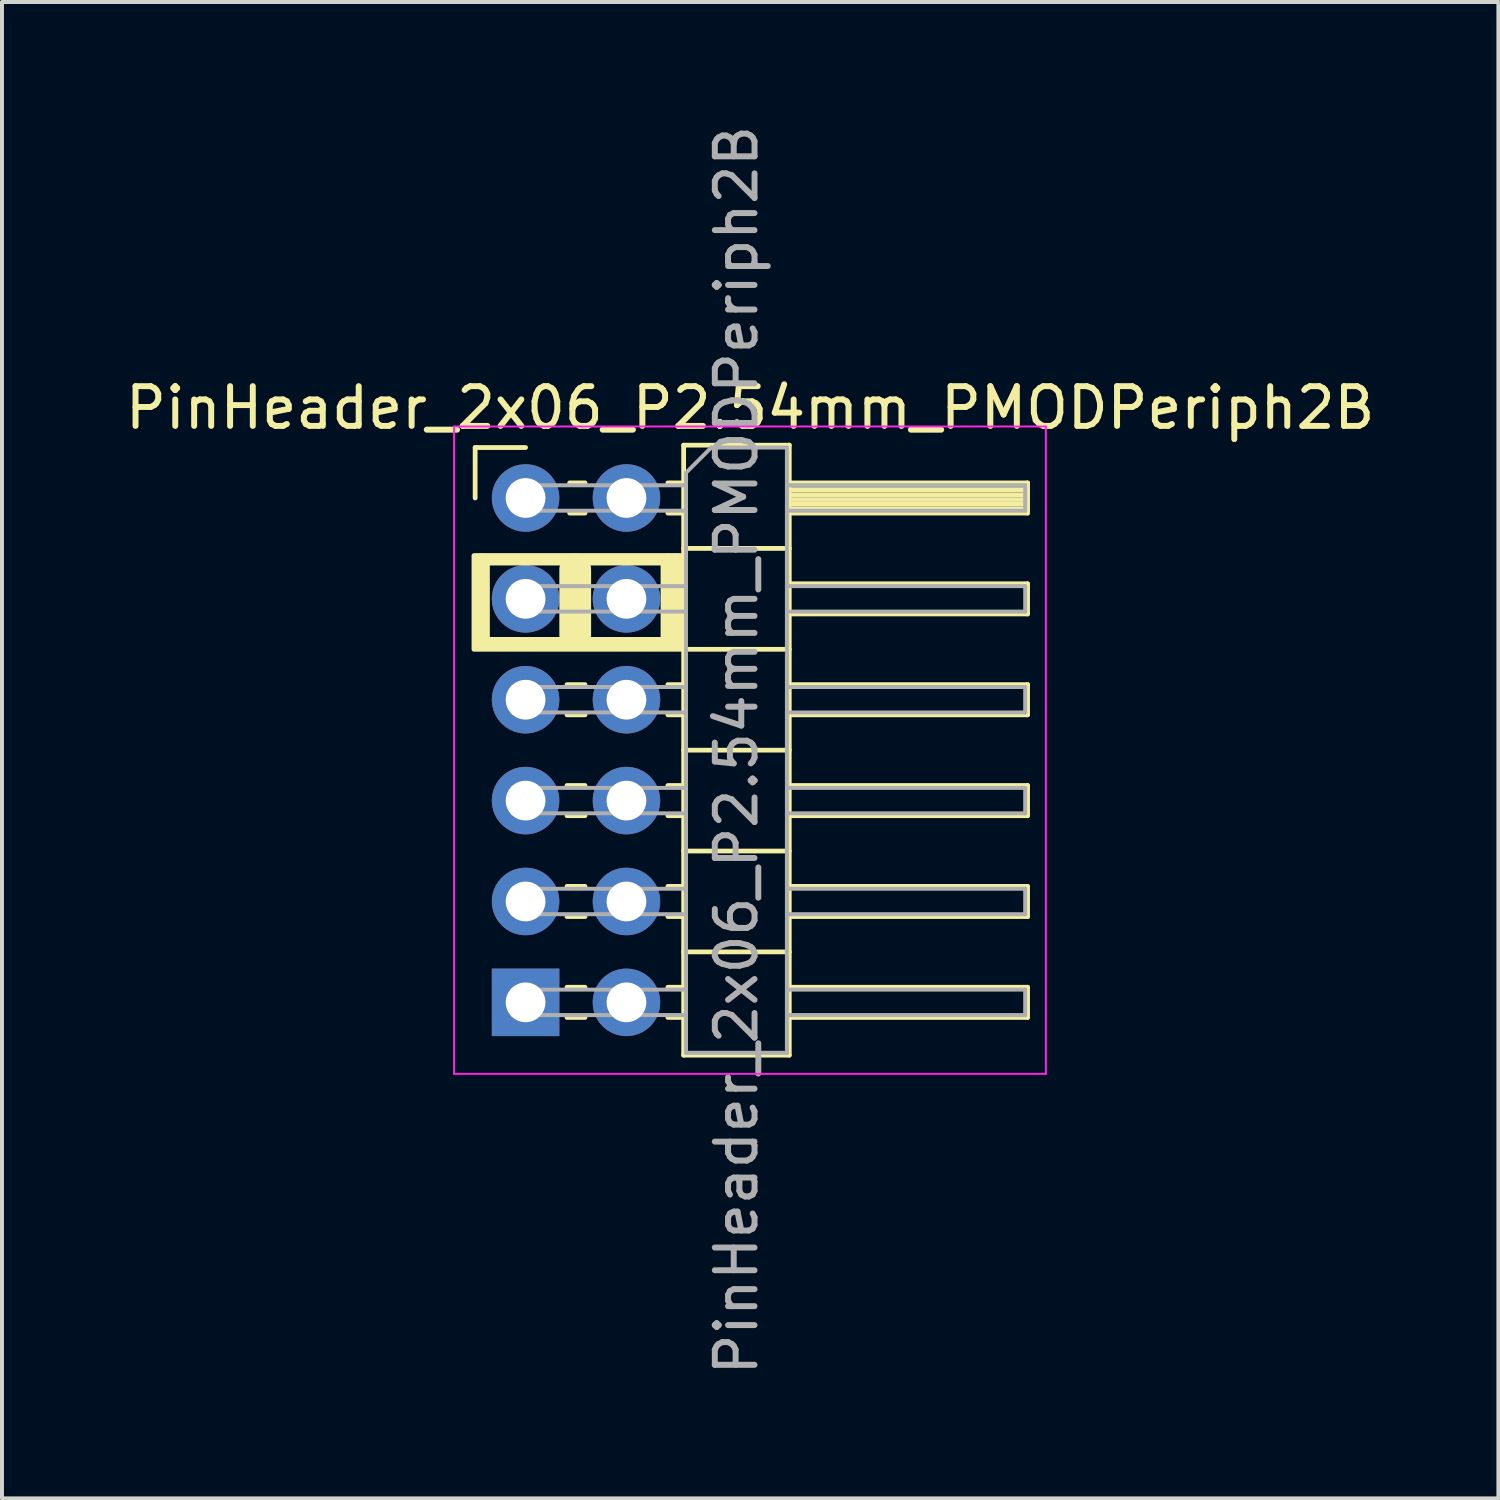
<source format=kicad_pcb>
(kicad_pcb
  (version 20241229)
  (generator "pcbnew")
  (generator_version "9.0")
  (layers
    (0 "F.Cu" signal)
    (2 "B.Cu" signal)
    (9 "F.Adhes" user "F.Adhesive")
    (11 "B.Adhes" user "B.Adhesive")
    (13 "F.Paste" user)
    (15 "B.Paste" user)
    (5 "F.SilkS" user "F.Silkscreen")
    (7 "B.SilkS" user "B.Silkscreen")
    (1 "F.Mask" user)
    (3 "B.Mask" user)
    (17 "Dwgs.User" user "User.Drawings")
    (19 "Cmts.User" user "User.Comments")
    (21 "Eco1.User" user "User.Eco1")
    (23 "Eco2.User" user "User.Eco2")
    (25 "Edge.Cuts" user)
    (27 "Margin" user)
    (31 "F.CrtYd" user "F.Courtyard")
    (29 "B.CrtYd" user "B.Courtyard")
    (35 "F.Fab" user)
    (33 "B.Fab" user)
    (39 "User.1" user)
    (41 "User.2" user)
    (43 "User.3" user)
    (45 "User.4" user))
  (footprint "PinHeader_2x06_P2.54mm_PMODPeriph2B"
    (layer "F.Cu")
    (at 10.184 9.489)
    (property "Reference" "PinHeader_2x06_P2.54mm_PMODPeriph2B" (at 5.655 -2.27 0) (layer "F.SilkS") (effects (font (size 1 1) (thickness 0.15))))
    (attr through_hole)
    (fp_line (start -1.27 -1.27) (end 0 -1.27) (stroke (width 0.12) (type solid)) (layer "F.SilkS"))
    (fp_line (start -1.27 0) (end -1.27 -1.27) (stroke (width 0.12) (type solid)) (layer "F.SilkS"))
    (fp_line (start -1.2 1.55) (end 3.85 1.55) (stroke (width 0.3) (type default)) (layer "F.SilkS"))
    (fp_line (start -1.2 3.65) (end 3.85 3.65) (stroke (width 0.3) (type default)) (layer "F.SilkS"))
    (fp_line (start -1.1 1.6) (end -1.1 3.6) (stroke (width 0.4) (type default)) (layer "F.SilkS"))
    (fp_line (start 1.043 2.16) (end 1.497 2.16) (stroke (width 0.12) (type solid)) (layer "F.SilkS"))
    (fp_line (start 1.043 2.92) (end 1.497 2.92) (stroke (width 0.12) (type solid)) (layer "F.SilkS"))
    (fp_line (start 1.043 4.7) (end 1.497 4.7) (stroke (width 0.12) (type solid)) (layer "F.SilkS"))
    (fp_line (start 1.043 5.46) (end 1.497 5.46) (stroke (width 0.12) (type solid)) (layer "F.SilkS"))
    (fp_line (start 1.043 7.24) (end 1.497 7.24) (stroke (width 0.12) (type solid)) (layer "F.SilkS"))
    (fp_line (start 1.043 8) (end 1.497 8) (stroke (width 0.12) (type solid)) (layer "F.SilkS"))
    (fp_line (start 1.043 9.78) (end 1.497 9.78) (stroke (width 0.12) (type solid)) (layer "F.SilkS"))
    (fp_line (start 1.043 10.54) (end 1.497 10.54) (stroke (width 0.12) (type solid)) (layer "F.SilkS"))
    (fp_line (start 1.043 12.32) (end 1.497 12.32) (stroke (width 0.12) (type solid)) (layer "F.SilkS"))
    (fp_line (start 1.043 13.08) (end 1.497 13.08) (stroke (width 0.12) (type solid)) (layer "F.SilkS"))
    (fp_line (start 1.11 -0.38) (end 1.497 -0.38) (stroke (width 0.12) (type solid)) (layer "F.SilkS"))
    (fp_line (start 1.11 0.38) (end 1.497 0.38) (stroke (width 0.12) (type solid)) (layer "F.SilkS"))
    (fp_line (start 1.25 1.8) (end 1.25 3.45) (stroke (width 0.8) (type default)) (layer "F.SilkS"))
    (fp_line (start 3.583 -0.38) (end 3.98 -0.38) (stroke (width 0.12) (type solid)) (layer "F.SilkS"))
    (fp_line (start 3.583 0.38) (end 3.98 0.38) (stroke (width 0.12) (type solid)) (layer "F.SilkS"))
    (fp_line (start 3.583 2.16) (end 3.98 2.16) (stroke (width 0.12) (type solid)) (layer "F.SilkS"))
    (fp_line (start 3.583 2.92) (end 3.98 2.92) (stroke (width 0.12) (type solid)) (layer "F.SilkS"))
    (fp_line (start 3.583 4.7) (end 3.98 4.7) (stroke (width 0.12) (type solid)) (layer "F.SilkS"))
    (fp_line (start 3.583 5.46) (end 3.98 5.46) (stroke (width 0.12) (type solid)) (layer "F.SilkS"))
    (fp_line (start 3.583 7.24) (end 3.98 7.24) (stroke (width 0.12) (type solid)) (layer "F.SilkS"))
    (fp_line (start 3.583 8) (end 3.98 8) (stroke (width 0.12) (type solid)) (layer "F.SilkS"))
    (fp_line (start 3.583 9.78) (end 3.98 9.78) (stroke (width 0.12) (type solid)) (layer "F.SilkS"))
    (fp_line (start 3.583 10.54) (end 3.98 10.54) (stroke (width 0.12) (type solid)) (layer "F.SilkS"))
    (fp_line (start 3.583 12.32) (end 3.98 12.32) (stroke (width 0.12) (type solid)) (layer "F.SilkS"))
    (fp_line (start 3.583 13.08) (end 3.98 13.08) (stroke (width 0.12) (type solid)) (layer "F.SilkS"))
    (fp_line (start 3.6 1.6) (end 3.6 3.6) (stroke (width 0.4) (type default)) (layer "F.SilkS"))
    (fp_line (start 3.75 1.6) (end 3.75 3.6) (stroke (width 0.4) (type default)) (layer "F.SilkS"))
    (fp_line (start 3.98 -1.33) (end 3.98 14.03) (stroke (width 0.12) (type solid)) (layer "F.SilkS"))
    (fp_line (start 3.98 1.27) (end 6.64 1.27) (stroke (width 0.12) (type solid)) (layer "F.SilkS"))
    (fp_line (start 3.98 3.81) (end 6.64 3.81) (stroke (width 0.12) (type solid)) (layer "F.SilkS"))
    (fp_line (start 3.98 6.35) (end 6.64 6.35) (stroke (width 0.12) (type solid)) (layer "F.SilkS"))
    (fp_line (start 3.98 8.89) (end 6.64 8.89) (stroke (width 0.12) (type solid)) (layer "F.SilkS"))
    (fp_line (start 3.98 11.43) (end 6.64 11.43) (stroke (width 0.12) (type solid)) (layer "F.SilkS"))
    (fp_line (start 3.98 14.03) (end 6.64 14.03) (stroke (width 0.12) (type solid)) (layer "F.SilkS"))
    (fp_line (start 6.64 -1.33) (end 3.98 -1.33) (stroke (width 0.12) (type solid)) (layer "F.SilkS"))
    (fp_line (start 6.64 -0.38) (end 12.64 -0.38) (stroke (width 0.12) (type solid)) (layer "F.SilkS"))
    (fp_line (start 6.64 -0.32) (end 12.64 -0.32) (stroke (width 0.12) (type solid)) (layer "F.SilkS"))
    (fp_line (start 6.64 -0.2) (end 12.64 -0.2) (stroke (width 0.12) (type solid)) (layer "F.SilkS"))
    (fp_line (start 6.64 -0.08) (end 12.64 -0.08) (stroke (width 0.12) (type solid)) (layer "F.SilkS"))
    (fp_line (start 6.64 0.04) (end 12.64 0.04) (stroke (width 0.12) (type solid)) (layer "F.SilkS"))
    (fp_line (start 6.64 0.16) (end 12.64 0.16) (stroke (width 0.12) (type solid)) (layer "F.SilkS"))
    (fp_line (start 6.64 0.28) (end 12.64 0.28) (stroke (width 0.12) (type solid)) (layer "F.SilkS"))
    (fp_line (start 6.64 2.16) (end 12.64 2.16) (stroke (width 0.12) (type solid)) (layer "F.SilkS"))
    (fp_line (start 6.64 4.7) (end 12.64 4.7) (stroke (width 0.12) (type solid)) (layer "F.SilkS"))
    (fp_line (start 6.64 7.24) (end 12.64 7.24) (stroke (width 0.12) (type solid)) (layer "F.SilkS"))
    (fp_line (start 6.64 9.78) (end 12.64 9.78) (stroke (width 0.12) (type solid)) (layer "F.SilkS"))
    (fp_line (start 6.64 12.32) (end 12.64 12.32) (stroke (width 0.12) (type solid)) (layer "F.SilkS"))
    (fp_line (start 6.64 14.03) (end 6.64 -1.33) (stroke (width 0.12) (type solid)) (layer "F.SilkS"))
    (fp_line (start 12.64 -0.38) (end 12.64 0.38) (stroke (width 0.12) (type solid)) (layer "F.SilkS"))
    (fp_line (start 12.64 0.38) (end 6.64 0.38) (stroke (width 0.12) (type solid)) (layer "F.SilkS"))
    (fp_line (start 12.64 2.16) (end 12.64 2.92) (stroke (width 0.12) (type solid)) (layer "F.SilkS"))
    (fp_line (start 12.64 2.92) (end 6.64 2.92) (stroke (width 0.12) (type solid)) (layer "F.SilkS"))
    (fp_line (start 12.64 4.7) (end 12.64 5.46) (stroke (width 0.12) (type solid)) (layer "F.SilkS"))
    (fp_line (start 12.64 5.46) (end 6.64 5.46) (stroke (width 0.12) (type solid)) (layer "F.SilkS"))
    (fp_line (start 12.64 7.24) (end 12.64 8) (stroke (width 0.12) (type solid)) (layer "F.SilkS"))
    (fp_line (start 12.64 8) (end 6.64 8) (stroke (width 0.12) (type solid)) (layer "F.SilkS"))
    (fp_line (start 12.64 9.78) (end 12.64 10.54) (stroke (width 0.12) (type solid)) (layer "F.SilkS"))
    (fp_line (start 12.64 10.54) (end 6.64 10.54) (stroke (width 0.12) (type solid)) (layer "F.SilkS"))
    (fp_line (start 12.64 12.32) (end 12.64 13.08) (stroke (width 0.12) (type solid)) (layer "F.SilkS"))
    (fp_line (start 12.64 13.08) (end 6.64 13.08) (stroke (width 0.12) (type solid)) (layer "F.SilkS"))
    (fp_rect (start -1.3 1.45) (end 3.98 3.81) (stroke (width 0.12) (type default)) (fill no) (layer "F.SilkS"))
    (fp_line (start -1.8 -1.8) (end -1.8 14.5) (stroke (width 0.05) (type solid)) (layer "F.CrtYd"))
    (fp_line (start -1.8 14.5) (end 13.1 14.5) (stroke (width 0.05) (type solid)) (layer "F.CrtYd"))
    (fp_line (start 13.1 -1.8) (end -1.8 -1.8) (stroke (width 0.05) (type solid)) (layer "F.CrtYd"))
    (fp_line (start 13.1 14.5) (end 13.1 -1.8) (stroke (width 0.05) (type solid)) (layer "F.CrtYd"))
    (fp_line (start -0.32 -0.32) (end -0.32 0.32) (stroke (width 0.1) (type solid)) (layer "F.Fab"))
    (fp_line (start -0.32 -0.32) (end 4.04 -0.32) (stroke (width 0.1) (type solid)) (layer "F.Fab"))
    (fp_line (start -0.32 0.32) (end 4.04 0.32) (stroke (width 0.1) (type solid)) (layer "F.Fab"))
    (fp_line (start -0.32 2.22) (end -0.32 2.86) (stroke (width 0.1) (type solid)) (layer "F.Fab"))
    (fp_line (start -0.32 2.22) (end 4.04 2.22) (stroke (width 0.1) (type solid)) (layer "F.Fab"))
    (fp_line (start -0.32 2.86) (end 4.04 2.86) (stroke (width 0.1) (type solid)) (layer "F.Fab"))
    (fp_line (start -0.32 4.76) (end -0.32 5.4) (stroke (width 0.1) (type solid)) (layer "F.Fab"))
    (fp_line (start -0.32 4.76) (end 4.04 4.76) (stroke (width 0.1) (type solid)) (layer "F.Fab"))
    (fp_line (start -0.32 5.4) (end 4.04 5.4) (stroke (width 0.1) (type solid)) (layer "F.Fab"))
    (fp_line (start -0.32 7.3) (end -0.32 7.94) (stroke (width 0.1) (type solid)) (layer "F.Fab"))
    (fp_line (start -0.32 7.3) (end 4.04 7.3) (stroke (width 0.1) (type solid)) (layer "F.Fab"))
    (fp_line (start -0.32 7.94) (end 4.04 7.94) (stroke (width 0.1) (type solid)) (layer "F.Fab"))
    (fp_line (start -0.32 9.84) (end -0.32 10.48) (stroke (width 0.1) (type solid)) (layer "F.Fab"))
    (fp_line (start -0.32 9.84) (end 4.04 9.84) (stroke (width 0.1) (type solid)) (layer "F.Fab"))
    (fp_line (start -0.32 10.48) (end 4.04 10.48) (stroke (width 0.1) (type solid)) (layer "F.Fab"))
    (fp_line (start -0.32 12.38) (end -0.32 13.02) (stroke (width 0.1) (type solid)) (layer "F.Fab"))
    (fp_line (start -0.32 12.38) (end 4.04 12.38) (stroke (width 0.1) (type solid)) (layer "F.Fab"))
    (fp_line (start -0.32 13.02) (end 4.04 13.02) (stroke (width 0.1) (type solid)) (layer "F.Fab"))
    (fp_line (start 4.04 -0.635) (end 4.675 -1.27) (stroke (width 0.1) (type solid)) (layer "F.Fab"))
    (fp_line (start 4.04 13.97) (end 4.04 -0.635) (stroke (width 0.1) (type solid)) (layer "F.Fab"))
    (fp_line (start 4.675 -1.27) (end 6.58 -1.27) (stroke (width 0.1) (type solid)) (layer "F.Fab"))
    (fp_line (start 6.58 -1.27) (end 6.58 13.97) (stroke (width 0.1) (type solid)) (layer "F.Fab"))
    (fp_line (start 6.58 -0.32) (end 12.58 -0.32) (stroke (width 0.1) (type solid)) (layer "F.Fab"))
    (fp_line (start 6.58 0.32) (end 12.58 0.32) (stroke (width 0.1) (type solid)) (layer "F.Fab"))
    (fp_line (start 6.58 2.22) (end 12.58 2.22) (stroke (width 0.1) (type solid)) (layer "F.Fab"))
    (fp_line (start 6.58 2.86) (end 12.58 2.86) (stroke (width 0.1) (type solid)) (layer "F.Fab"))
    (fp_line (start 6.58 4.76) (end 12.58 4.76) (stroke (width 0.1) (type solid)) (layer "F.Fab"))
    (fp_line (start 6.58 5.4) (end 12.58 5.4) (stroke (width 0.1) (type solid)) (layer "F.Fab"))
    (fp_line (start 6.58 7.3) (end 12.58 7.3) (stroke (width 0.1) (type solid)) (layer "F.Fab"))
    (fp_line (start 6.58 7.94) (end 12.58 7.94) (stroke (width 0.1) (type solid)) (layer "F.Fab"))
    (fp_line (start 6.58 9.84) (end 12.58 9.84) (stroke (width 0.1) (type solid)) (layer "F.Fab"))
    (fp_line (start 6.58 10.48) (end 12.58 10.48) (stroke (width 0.1) (type solid)) (layer "F.Fab"))
    (fp_line (start 6.58 12.38) (end 12.58 12.38) (stroke (width 0.1) (type solid)) (layer "F.Fab"))
    (fp_line (start 6.58 13.02) (end 12.58 13.02) (stroke (width 0.1) (type solid)) (layer "F.Fab"))
    (fp_line (start 6.58 13.97) (end 4.04 13.97) (stroke (width 0.1) (type solid)) (layer "F.Fab"))
    (fp_line (start 12.58 -0.32) (end 12.58 0.32) (stroke (width 0.1) (type solid)) (layer "F.Fab"))
    (fp_line (start 12.58 2.22) (end 12.58 2.86) (stroke (width 0.1) (type solid)) (layer "F.Fab"))
    (fp_line (start 12.58 4.76) (end 12.58 5.4) (stroke (width 0.1) (type solid)) (layer "F.Fab"))
    (fp_line (start 12.58 7.3) (end 12.58 7.94) (stroke (width 0.1) (type solid)) (layer "F.Fab"))
    (fp_line (start 12.58 9.84) (end 12.58 10.48) (stroke (width 0.1) (type solid)) (layer "F.Fab"))
    (fp_line (start 12.58 12.38) (end 12.58 13.02) (stroke (width 0.1) (type solid)) (layer "F.Fab"))
    (fp_text user "${REFERENCE}" (at 5.31 6.35 90) (layer "F.Fab") (effects (font (size 1 1) (thickness 0.15))))
    (pad "1" thru_hole rect (at 0 12.7) (size 1.7 1.7) (drill 1) (layers "*.Cu" "*.Mask"))
    (pad "2" thru_hole oval (at 0 10.16) (size 1.7 1.7) (drill 1) (layers "*.Cu" "*.Mask"))
    (pad "3" thru_hole oval (at 0 7.62) (size 1.7 1.7) (drill 1) (layers "*.Cu" "*.Mask"))
    (pad "4" thru_hole oval (at 0 5.08) (size 1.7 1.7) (drill 1) (layers "*.Cu" "*.Mask"))
    (pad "5" thru_hole oval (at 0 2.54) (size 1.7 1.7) (drill 1) (layers "*.Cu" "*.Mask"))
    (pad "6" thru_hole circle (at 0 0) (size 1.7 1.7) (drill 1) (layers "*.Cu" "*.Mask"))
    (pad "7" thru_hole oval (at 2.54 12.7) (size 1.7 1.7) (drill 1) (layers "*.Cu" "*.Mask"))
    (pad "8" thru_hole oval (at 2.54 10.16) (size 1.7 1.7) (drill 1) (layers "*.Cu" "*.Mask"))
    (pad "9" thru_hole oval (at 2.54 7.62) (size 1.7 1.7) (drill 1) (layers "*.Cu" "*.Mask"))
    (pad "10" thru_hole oval (at 2.54 5.08) (size 1.7 1.7) (drill 1) (layers "*.Cu" "*.Mask"))
    (pad "11" thru_hole oval (at 2.54 2.54) (size 1.7 1.7) (drill 1) (layers "*.Cu" "*.Mask"))
    (pad "12" thru_hole oval (at 2.54 0) (size 1.7 1.7) (drill 1) (layers "*.Cu" "*.Mask")))
  (gr_rect
    (start -3 -3)
    (end 34.679 34.679)
    (stroke (width 0.1) (type default))
    (fill no)
    (layer "Edge.Cuts")))
</source>
